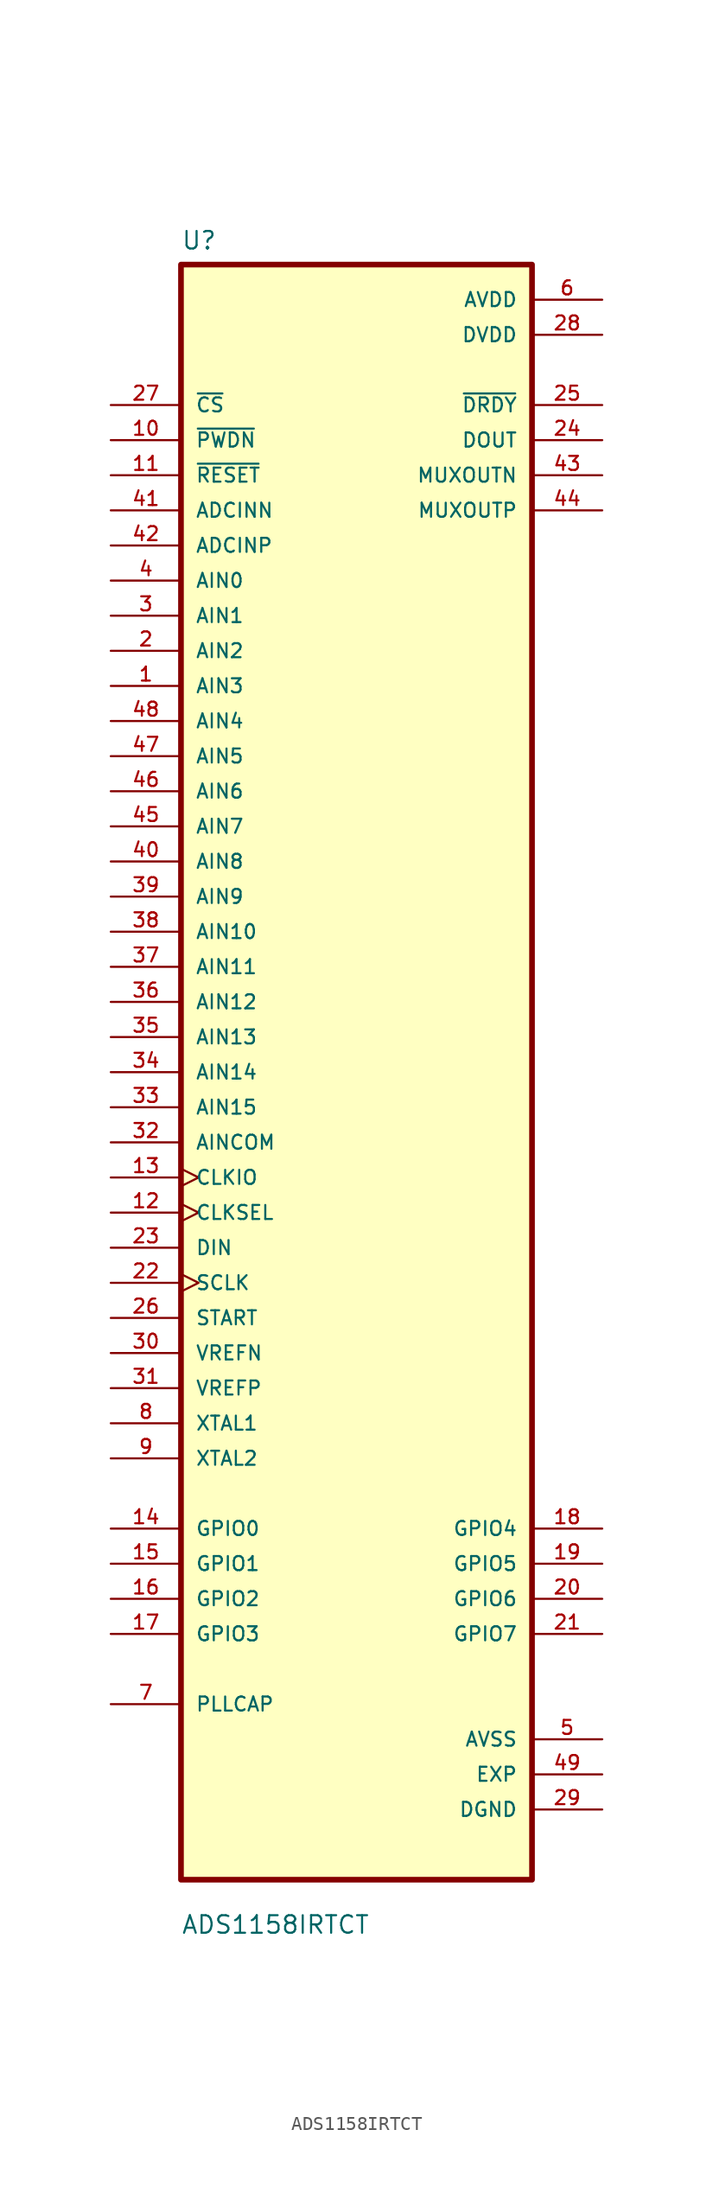
<source format=kicad_sym>
(kicad_symbol_lib
  (version 20231120)
  (generator "kicad_symbol_editor")
  (generator_version "8.0")
  (symbol "ADS1158IRTCT"
    (pin_names
      (offset 1.016))
    (property "Reference" "U"
      (at -12.7 59.42 0)
      (effects (font (size 1.27 1.27)) (justify left bottom)))
    (property "Value" "ADS1158IRTCT"
      (at -12.7 -62.42 0)
      (effects (font (size 1.27 1.27)) (justify left bottom)))
    (symbol "ADS1158IRTCT_0_0"
      (rectangle (start -12.7 -58.42) (end 12.7 58.42) (stroke (width 0.41) (type default)) (fill (type background)))
      (pin input line (at -17.78 27.94 0) (length 5.08) (name "AIN3" (effects (font (size 1.016 1.016)))) (number "1" (effects (font (size 1.016 1.016)))))
      (pin input line (at -17.78 45.72 0) (length 5.08) (name "~{PWDN}" (effects (font (size 1.016 1.016)))) (number "10" (effects (font (size 1.016 1.016)))))
      (pin input line (at -17.78 43.18 0) (length 5.08) (name "~{RESET}" (effects (font (size 1.016 1.016)))) (number "11" (effects (font (size 1.016 1.016)))))
      (pin input clock (at -17.78 -10.16 0) (length 5.08) (name "CLKSEL" (effects (font (size 1.016 1.016)))) (number "12" (effects (font (size 1.016 1.016)))))
      (pin input clock (at -17.78 -7.62 0) (length 5.08) (name "CLKIO" (effects (font (size 1.016 1.016)))) (number "13" (effects (font (size 1.016 1.016)))))
      (pin bidirectional line (at -17.78 -33.02 0) (length 5.08) (name "GPIO0" (effects (font (size 1.016 1.016)))) (number "14" (effects (font (size 1.016 1.016)))))
      (pin bidirectional line (at -17.78 -35.56 0) (length 5.08) (name "GPIO1" (effects (font (size 1.016 1.016)))) (number "15" (effects (font (size 1.016 1.016)))))
      (pin bidirectional line (at -17.78 -38.1 0) (length 5.08) (name "GPIO2" (effects (font (size 1.016 1.016)))) (number "16" (effects (font (size 1.016 1.016)))))
      (pin bidirectional line (at -17.78 -40.64 0) (length 5.08) (name "GPIO3" (effects (font (size 1.016 1.016)))) (number "17" (effects (font (size 1.016 1.016)))))
      (pin bidirectional line (at 17.78 -33.02 180) (length 5.08) (name "GPIO4" (effects (font (size 1.016 1.016)))) (number "18" (effects (font (size 1.016 1.016)))))
      (pin bidirectional line (at 17.78 -35.56 180) (length 5.08) (name "GPIO5" (effects (font (size 1.016 1.016)))) (number "19" (effects (font (size 1.016 1.016)))))
      (pin input line (at -17.78 30.48 0) (length 5.08) (name "AIN2" (effects (font (size 1.016 1.016)))) (number "2" (effects (font (size 1.016 1.016)))))
      (pin bidirectional line (at 17.78 -38.1 180) (length 5.08) (name "GPIO6" (effects (font (size 1.016 1.016)))) (number "20" (effects (font (size 1.016 1.016)))))
      (pin bidirectional line (at 17.78 -40.64 180) (length 5.08) (name "GPIO7" (effects (font (size 1.016 1.016)))) (number "21" (effects (font (size 1.016 1.016)))))
      (pin input clock (at -17.78 -15.24 0) (length 5.08) (name "SCLK" (effects (font (size 1.016 1.016)))) (number "22" (effects (font (size 1.016 1.016)))))
      (pin input line (at -17.78 -12.7 0) (length 5.08) (name "DIN" (effects (font (size 1.016 1.016)))) (number "23" (effects (font (size 1.016 1.016)))))
      (pin output line (at 17.78 45.72 180) (length 5.08) (name "DOUT" (effects (font (size 1.016 1.016)))) (number "24" (effects (font (size 1.016 1.016)))))
      (pin output line (at 17.78 48.26 180) (length 5.08) (name "~{DRDY}" (effects (font (size 1.016 1.016)))) (number "25" (effects (font (size 1.016 1.016)))))
      (pin input line (at -17.78 -17.78 0) (length 5.08) (name "START" (effects (font (size 1.016 1.016)))) (number "26" (effects (font (size 1.016 1.016)))))
      (pin input line (at -17.78 48.26 0) (length 5.08) (name "~{CS}" (effects (font (size 1.016 1.016)))) (number "27" (effects (font (size 1.016 1.016)))))
      (pin power_in line (at 17.78 53.34 180) (length 5.08) (name "DVDD" (effects (font (size 1.016 1.016)))) (number "28" (effects (font (size 1.016 1.016)))))
      (pin power_in line (at 17.78 -53.34 180) (length 5.08) (name "DGND" (effects (font (size 1.016 1.016)))) (number "29" (effects (font (size 1.016 1.016)))))
      (pin input line (at -17.78 33.02 0) (length 5.08) (name "AIN1" (effects (font (size 1.016 1.016)))) (number "3" (effects (font (size 1.016 1.016)))))
      (pin input line (at -17.78 -20.32 0) (length 5.08) (name "VREFN" (effects (font (size 1.016 1.016)))) (number "30" (effects (font (size 1.016 1.016)))))
      (pin input line (at -17.78 -22.86 0) (length 5.08) (name "VREFP" (effects (font (size 1.016 1.016)))) (number "31" (effects (font (size 1.016 1.016)))))
      (pin input line (at -17.78 -5.08 0) (length 5.08) (name "AINCOM" (effects (font (size 1.016 1.016)))) (number "32" (effects (font (size 1.016 1.016)))))
      (pin input line (at -17.78 -2.54 0) (length 5.08) (name "AIN15" (effects (font (size 1.016 1.016)))) (number "33" (effects (font (size 1.016 1.016)))))
      (pin input line (at -17.78 0 0) (length 5.08) (name "AIN14" (effects (font (size 1.016 1.016)))) (number "34" (effects (font (size 1.016 1.016)))))
      (pin input line (at -17.78 2.54 0) (length 5.08) (name "AIN13" (effects (font (size 1.016 1.016)))) (number "35" (effects (font (size 1.016 1.016)))))
      (pin input line (at -17.78 5.08 0) (length 5.08) (name "AIN12" (effects (font (size 1.016 1.016)))) (number "36" (effects (font (size 1.016 1.016)))))
      (pin input line (at -17.78 7.62 0) (length 5.08) (name "AIN11" (effects (font (size 1.016 1.016)))) (number "37" (effects (font (size 1.016 1.016)))))
      (pin input line (at -17.78 10.16 0) (length 5.08) (name "AIN10" (effects (font (size 1.016 1.016)))) (number "38" (effects (font (size 1.016 1.016)))))
      (pin input line (at -17.78 12.7 0) (length 5.08) (name "AIN9" (effects (font (size 1.016 1.016)))) (number "39" (effects (font (size 1.016 1.016)))))
      (pin input line (at -17.78 35.56 0) (length 5.08) (name "AIN0" (effects (font (size 1.016 1.016)))) (number "4" (effects (font (size 1.016 1.016)))))
      (pin input line (at -17.78 15.24 0) (length 5.08) (name "AIN8" (effects (font (size 1.016 1.016)))) (number "40" (effects (font (size 1.016 1.016)))))
      (pin input line (at -17.78 40.64 0) (length 5.08) (name "ADCINN" (effects (font (size 1.016 1.016)))) (number "41" (effects (font (size 1.016 1.016)))))
      (pin input line (at -17.78 38.1 0) (length 5.08) (name "ADCINP" (effects (font (size 1.016 1.016)))) (number "42" (effects (font (size 1.016 1.016)))))
      (pin output line (at 17.78 43.18 180) (length 5.08) (name "MUXOUTN" (effects (font (size 1.016 1.016)))) (number "43" (effects (font (size 1.016 1.016)))))
      (pin output line (at 17.78 40.64 180) (length 5.08) (name "MUXOUTP" (effects (font (size 1.016 1.016)))) (number "44" (effects (font (size 1.016 1.016)))))
      (pin input line (at -17.78 17.78 0) (length 5.08) (name "AIN7" (effects (font (size 1.016 1.016)))) (number "45" (effects (font (size 1.016 1.016)))))
      (pin input line (at -17.78 20.32 0) (length 5.08) (name "AIN6" (effects (font (size 1.016 1.016)))) (number "46" (effects (font (size 1.016 1.016)))))
      (pin input line (at -17.78 22.86 0) (length 5.08) (name "AIN5" (effects (font (size 1.016 1.016)))) (number "47" (effects (font (size 1.016 1.016)))))
      (pin input line (at -17.78 25.4 0) (length 5.08) (name "AIN4" (effects (font (size 1.016 1.016)))) (number "48" (effects (font (size 1.016 1.016)))))
      (pin power_in line (at 17.78 -50.8 180) (length 5.08) (name "EXP" (effects (font (size 1.016 1.016)))) (number "49" (effects (font (size 1.016 1.016)))))
      (pin power_in line (at 17.78 -48.26 180) (length 5.08) (name "AVSS" (effects (font (size 1.016 1.016)))) (number "5" (effects (font (size 1.016 1.016)))))
      (pin power_in line (at 17.78 55.88 180) (length 5.08) (name "AVDD" (effects (font (size 1.016 1.016)))) (number "6" (effects (font (size 1.016 1.016)))))
      (pin bidirectional line (at -17.78 -45.72 0) (length 5.08) (name "PLLCAP" (effects (font (size 1.016 1.016)))) (number "7" (effects (font (size 1.016 1.016)))))
      (pin input line (at -17.78 -25.4 0) (length 5.08) (name "XTAL1" (effects (font (size 1.016 1.016)))) (number "8" (effects (font (size 1.016 1.016)))))
      (pin input line (at -17.78 -27.94 0) (length 5.08) (name "XTAL2" (effects (font (size 1.016 1.016)))) (number "9" (effects (font (size 1.016 1.016))))))))
</source>
